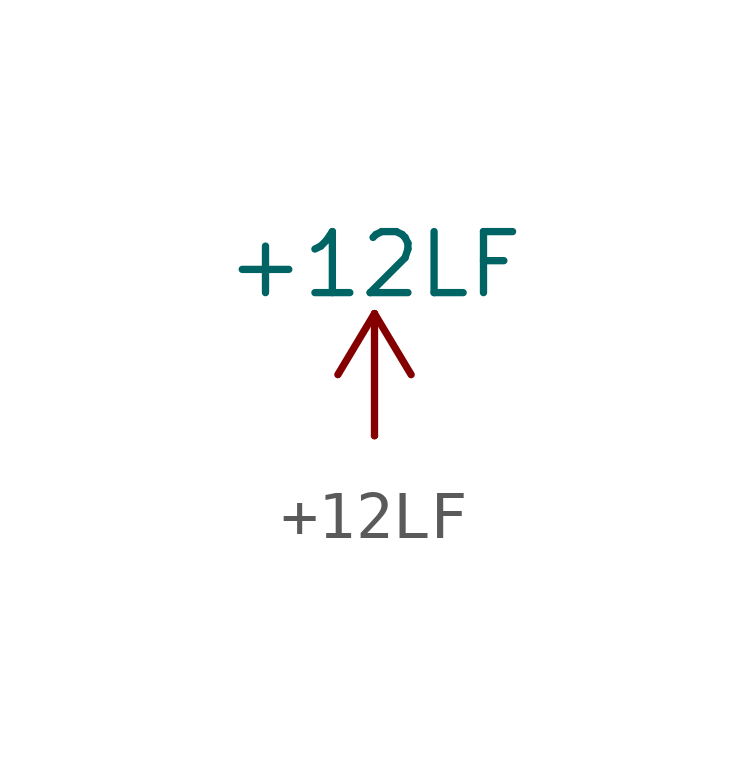
<source format=kicad_sym>
(kicad_symbol_lib
  (version 20231120)
  (generator "kicad_symbol_editor")
  (generator_version "8.0")
  (symbol "+12LF"
    (power)
    (pin_numbers hide)
    (pin_names
      (offset 0) hide)
    (property "Reference" "#PWR"
      (at 0 -3.81 0)
      (effects (font (size 1.27 1.27)) (hide yes)))
    (property "Value" "+12LF"
      (at 0 3.556 0)
      (effects (font (size 1.27 1.27))))
    (symbol "+12LF_0_1"
      (polyline (pts (xy -0.762 1.27) (xy 0 2.54)) (stroke (width 0) (type default)) (fill (type none)))
      (polyline (pts (xy 0 0) (xy 0 2.54)) (stroke (width 0) (type default)) (fill (type none)))
      (polyline (pts (xy 0 2.54) (xy 0.762 1.27)) (stroke (width 0) (type default)) (fill (type none))))
    (symbol "+12LF_1_1"
      (pin power_in line (at 0 0 90) (length 0) (name "~" (effects (font (size 1.27 1.27)))) (number "1" (effects (font (size 1.27 1.27))))))))
</source>
